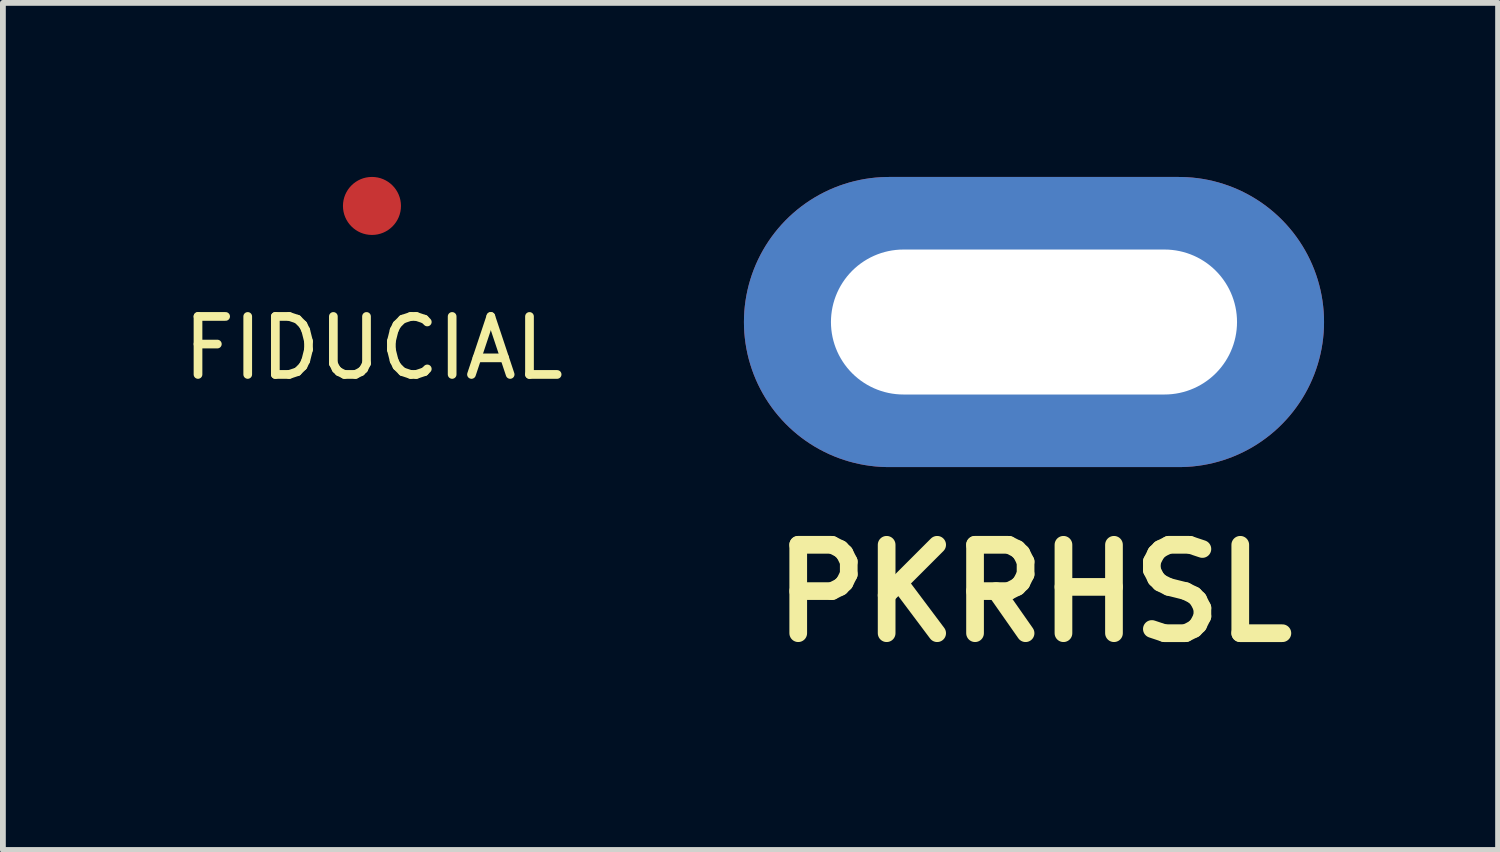
<source format=kicad_pcb>
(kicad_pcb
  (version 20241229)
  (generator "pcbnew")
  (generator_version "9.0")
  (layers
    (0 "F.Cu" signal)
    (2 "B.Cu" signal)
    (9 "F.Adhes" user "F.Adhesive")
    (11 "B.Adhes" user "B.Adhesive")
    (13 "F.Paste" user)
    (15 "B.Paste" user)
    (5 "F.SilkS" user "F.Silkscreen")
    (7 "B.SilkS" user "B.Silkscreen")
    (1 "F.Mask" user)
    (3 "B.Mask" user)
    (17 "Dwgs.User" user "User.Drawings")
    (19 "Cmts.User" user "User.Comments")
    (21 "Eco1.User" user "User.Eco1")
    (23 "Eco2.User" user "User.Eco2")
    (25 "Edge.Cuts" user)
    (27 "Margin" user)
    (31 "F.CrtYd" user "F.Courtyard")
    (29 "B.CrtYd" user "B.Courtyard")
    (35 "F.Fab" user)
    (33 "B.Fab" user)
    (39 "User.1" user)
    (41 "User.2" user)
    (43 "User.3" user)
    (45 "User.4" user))
  (footprint "FIDUCIAL"
    (layer "F.Cu")
    (at 3.362 0.5)
    (property "Reference" "FIDUCIAL" (at 0.025 2.45 0) (layer "F.SilkS") (effects (font (size 1 1) (thickness 0.15))))
    (attr through_hole)
    (pad "1" connect circle (at 0 0) (size 1 1) (layers "F.Cu" "F.Mask")))
  (footprint "PKRHSL"
    (layer "F.Cu")
    (at 14.774 2.501)
    (property "Reference" "PKRHSL" (at 0 4.675 0) (layer "F.SilkS") (effects (font (size 1.524 1.524) (thickness 0.305))))
    (attr exclude_from_pos_files exclude_from_bom)
    (pad "1" thru_hole oval (at 0 0) (size 10 5.001) (drill oval 7 2.499) (layers "*.Cu" "*.Mask")))
  (gr_rect
    (start -3 -3)
    (end 22.774 11.602)
    (stroke (width 0.1) (type default))
    (fill no)
    (layer "Edge.Cuts")))
</source>
